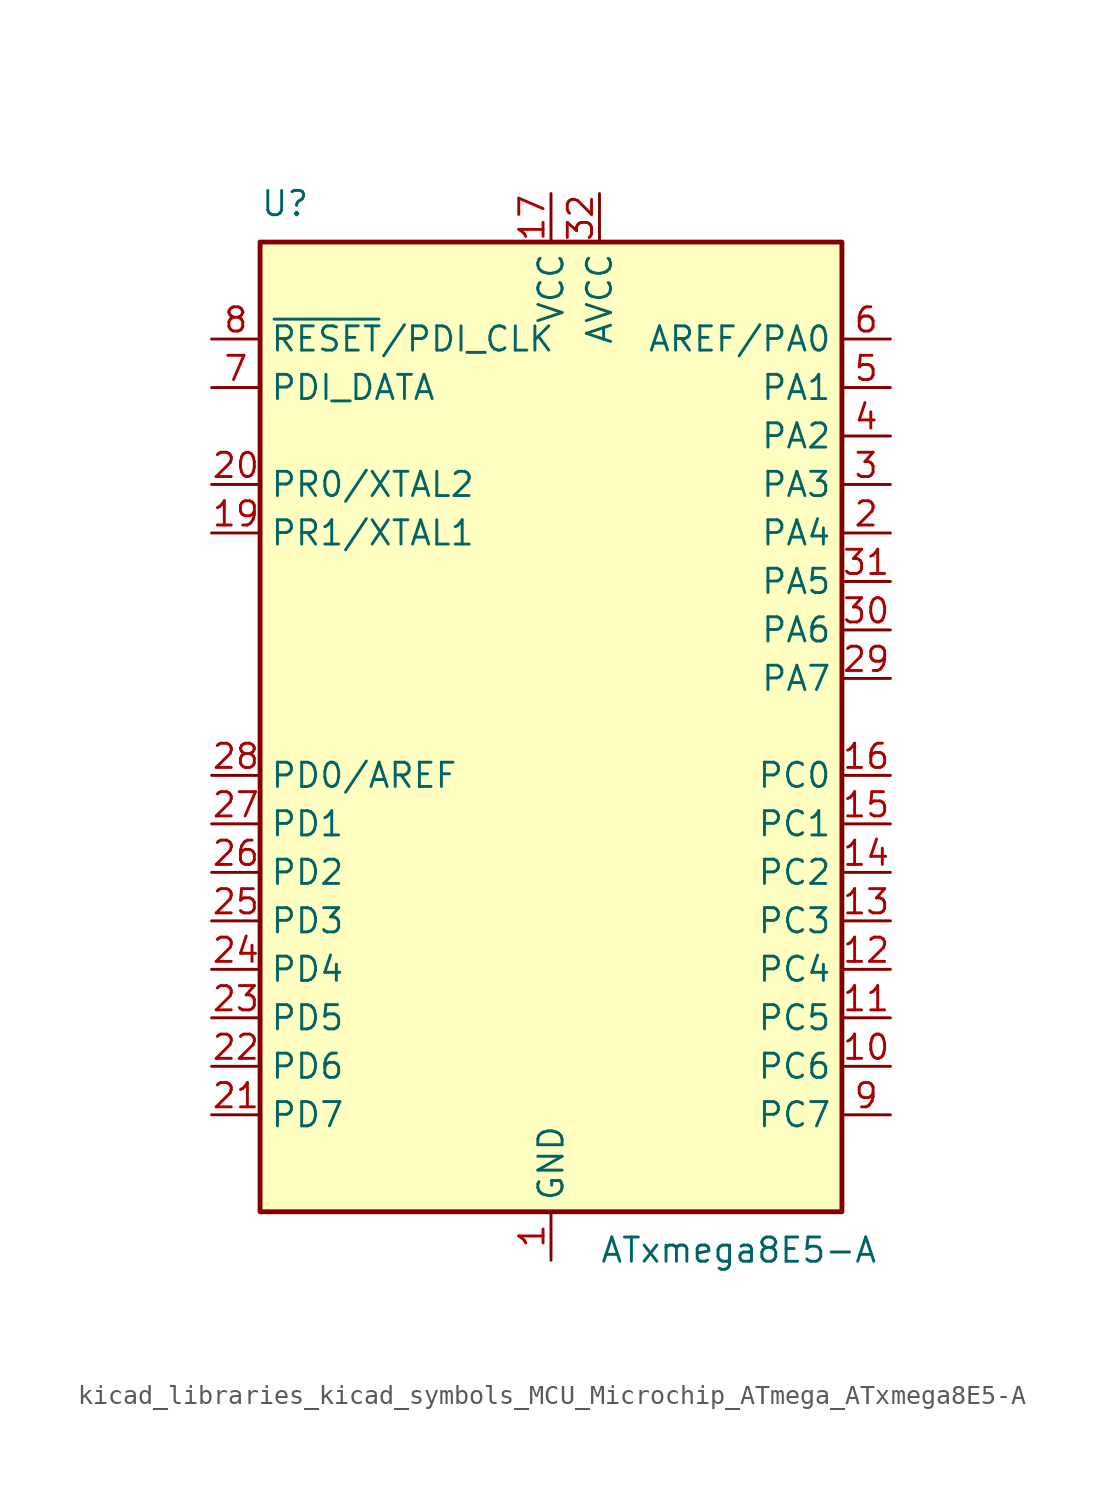
<source format=kicad_sym>
(kicad_symbol_lib
  (version 20220914)
  (generator kicad_symbol_editor)
  (symbol "kicad_libraries_kicad_symbols_MCU_Microchip_ATmega_ATxmega8E5-A"
    (property "Reference" "U"
      (at -15.24 26.67 0)
      (effects (font (size 1.27 1.27)) (justify left bottom)))
    (property "Value" "ATxmega8E5-A"
      (at 2.54 -26.67 0)
      (effects (font (size 1.27 1.27)) (justify left top)))
    (symbol "kicad_libraries_kicad_symbols_MCU_Microchip_ATmega_ATxmega8E5-A_0_1"
      (rectangle (start -15.24 -25.4) (end 15.24 25.4) (stroke (width 0.254) (type default)) (fill (type background))))
    (symbol "kicad_libraries_kicad_symbols_MCU_Microchip_ATmega_ATxmega8E5-A_1_1"
      (pin power_in line (at 0 -27.94 90) (length 2.54) (name "GND" (effects (font (size 1.27 1.27)))) (number "1" (effects (font (size 1.27 1.27)))))
      (pin bidirectional line (at 17.78 -17.78 180) (length 2.54) (name "PC6" (effects (font (size 1.27 1.27)))) (number "10" (effects (font (size 1.27 1.27)))))
      (pin bidirectional line (at 17.78 -15.24 180) (length 2.54) (name "PC5" (effects (font (size 1.27 1.27)))) (number "11" (effects (font (size 1.27 1.27)))))
      (pin bidirectional line (at 17.78 -12.7 180) (length 2.54) (name "PC4" (effects (font (size 1.27 1.27)))) (number "12" (effects (font (size 1.27 1.27)))))
      (pin bidirectional line (at 17.78 -10.16 180) (length 2.54) (name "PC3" (effects (font (size 1.27 1.27)))) (number "13" (effects (font (size 1.27 1.27)))))
      (pin bidirectional line (at 17.78 -7.62 180) (length 2.54) (name "PC2" (effects (font (size 1.27 1.27)))) (number "14" (effects (font (size 1.27 1.27)))))
      (pin bidirectional line (at 17.78 -5.08 180) (length 2.54) (name "PC1" (effects (font (size 1.27 1.27)))) (number "15" (effects (font (size 1.27 1.27)))))
      (pin bidirectional line (at 17.78 -2.54 180) (length 2.54) (name "PC0" (effects (font (size 1.27 1.27)))) (number "16" (effects (font (size 1.27 1.27)))))
      (pin power_in line (at 0 27.94 270) (length 2.54) (name "VCC" (effects (font (size 1.27 1.27)))) (number "17" (effects (font (size 1.27 1.27)))))
      (pin passive line (at 0 -27.94 90) (length 2.54) hide (name "GND" (effects (font (size 1.27 1.27)))) (number "18" (effects (font (size 1.27 1.27)))))
      (pin bidirectional line (at -17.78 10.16 0) (length 2.54) (name "PR1/XTAL1" (effects (font (size 1.27 1.27)))) (number "19" (effects (font (size 1.27 1.27)))))
      (pin bidirectional line (at 17.78 10.16 180) (length 2.54) (name "PA4" (effects (font (size 1.27 1.27)))) (number "2" (effects (font (size 1.27 1.27)))))
      (pin bidirectional line (at -17.78 12.7 0) (length 2.54) (name "PR0/XTAL2" (effects (font (size 1.27 1.27)))) (number "20" (effects (font (size 1.27 1.27)))))
      (pin bidirectional line (at -17.78 -20.32 0) (length 2.54) (name "PD7" (effects (font (size 1.27 1.27)))) (number "21" (effects (font (size 1.27 1.27)))))
      (pin bidirectional line (at -17.78 -17.78 0) (length 2.54) (name "PD6" (effects (font (size 1.27 1.27)))) (number "22" (effects (font (size 1.27 1.27)))))
      (pin bidirectional line (at -17.78 -15.24 0) (length 2.54) (name "PD5" (effects (font (size 1.27 1.27)))) (number "23" (effects (font (size 1.27 1.27)))))
      (pin bidirectional line (at -17.78 -12.7 0) (length 2.54) (name "PD4" (effects (font (size 1.27 1.27)))) (number "24" (effects (font (size 1.27 1.27)))))
      (pin bidirectional line (at -17.78 -10.16 0) (length 2.54) (name "PD3" (effects (font (size 1.27 1.27)))) (number "25" (effects (font (size 1.27 1.27)))))
      (pin bidirectional line (at -17.78 -7.62 0) (length 2.54) (name "PD2" (effects (font (size 1.27 1.27)))) (number "26" (effects (font (size 1.27 1.27)))))
      (pin bidirectional line (at -17.78 -5.08 0) (length 2.54) (name "PD1" (effects (font (size 1.27 1.27)))) (number "27" (effects (font (size 1.27 1.27)))))
      (pin bidirectional line (at -17.78 -2.54 0) (length 2.54) (name "PD0/AREF" (effects (font (size 1.27 1.27)))) (number "28" (effects (font (size 1.27 1.27)))))
      (pin bidirectional line (at 17.78 2.54 180) (length 2.54) (name "PA7" (effects (font (size 1.27 1.27)))) (number "29" (effects (font (size 1.27 1.27)))))
      (pin bidirectional line (at 17.78 12.7 180) (length 2.54) (name "PA3" (effects (font (size 1.27 1.27)))) (number "3" (effects (font (size 1.27 1.27)))))
      (pin bidirectional line (at 17.78 5.08 180) (length 2.54) (name "PA6" (effects (font (size 1.27 1.27)))) (number "30" (effects (font (size 1.27 1.27)))))
      (pin bidirectional line (at 17.78 7.62 180) (length 2.54) (name "PA5" (effects (font (size 1.27 1.27)))) (number "31" (effects (font (size 1.27 1.27)))))
      (pin power_in line (at 2.54 27.94 270) (length 2.54) (name "AVCC" (effects (font (size 1.27 1.27)))) (number "32" (effects (font (size 1.27 1.27)))))
      (pin bidirectional line (at 17.78 15.24 180) (length 2.54) (name "PA2" (effects (font (size 1.27 1.27)))) (number "4" (effects (font (size 1.27 1.27)))))
      (pin bidirectional line (at 17.78 17.78 180) (length 2.54) (name "PA1" (effects (font (size 1.27 1.27)))) (number "5" (effects (font (size 1.27 1.27)))))
      (pin bidirectional line (at 17.78 20.32 180) (length 2.54) (name "AREF/PA0" (effects (font (size 1.27 1.27)))) (number "6" (effects (font (size 1.27 1.27)))))
      (pin bidirectional line (at -17.78 17.78 0) (length 2.54) (name "PDI_DATA" (effects (font (size 1.27 1.27)))) (number "7" (effects (font (size 1.27 1.27)))))
      (pin input line (at -17.78 20.32 0) (length 2.54) (name "~{RESET}/PDI_CLK" (effects (font (size 1.27 1.27)))) (number "8" (effects (font (size 1.27 1.27)))))
      (pin bidirectional line (at 17.78 -20.32 180) (length 2.54) (name "PC7" (effects (font (size 1.27 1.27)))) (number "9" (effects (font (size 1.27 1.27))))))))
</source>
